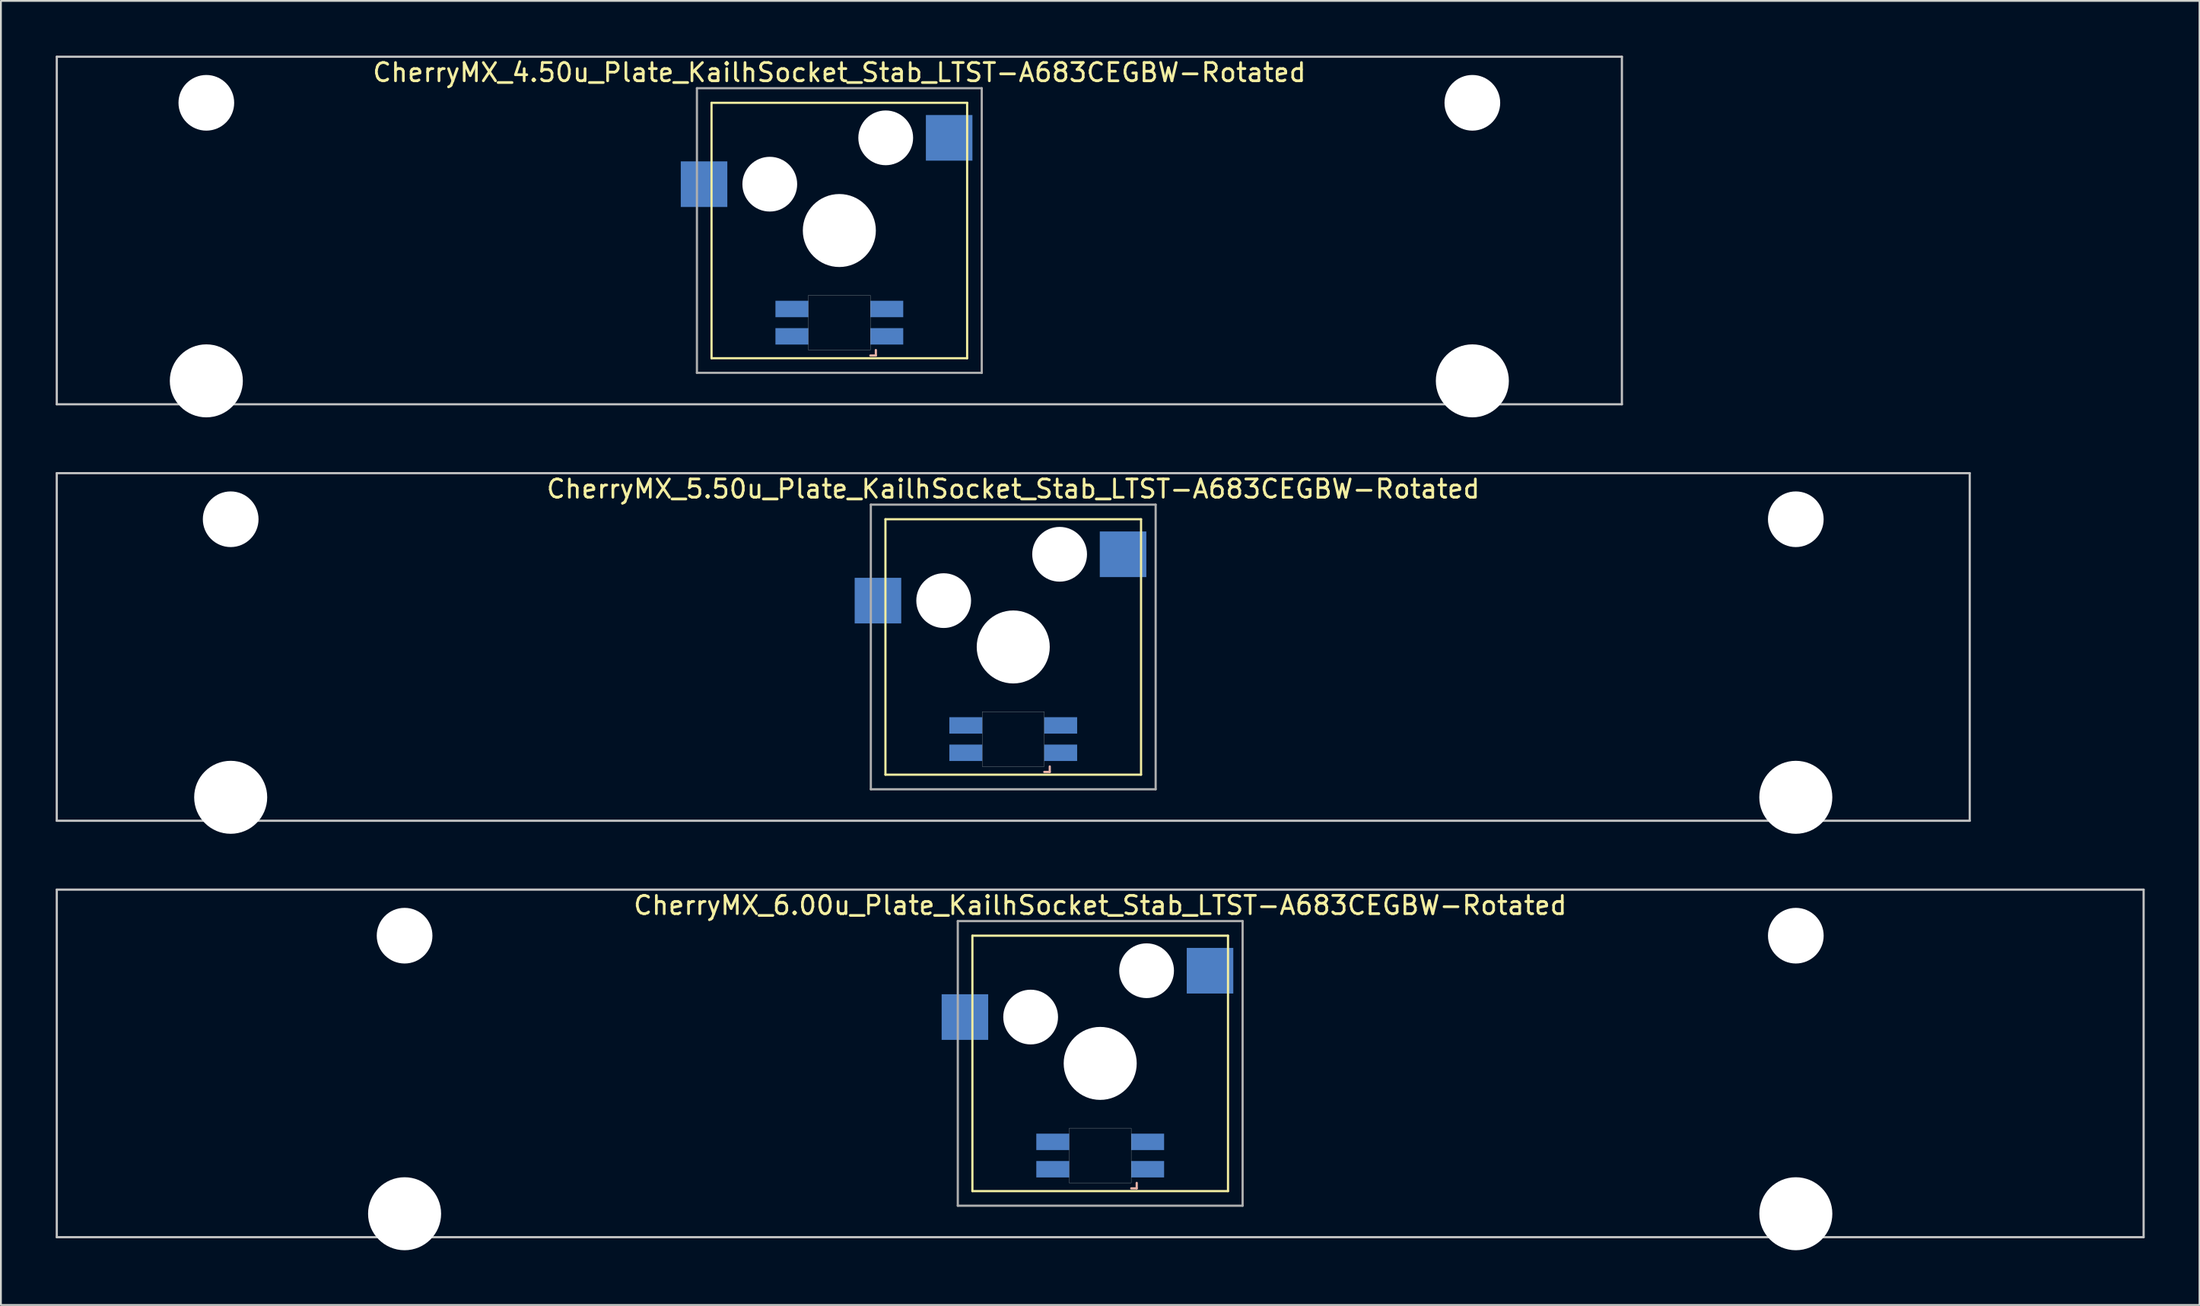
<source format=kicad_pcb>
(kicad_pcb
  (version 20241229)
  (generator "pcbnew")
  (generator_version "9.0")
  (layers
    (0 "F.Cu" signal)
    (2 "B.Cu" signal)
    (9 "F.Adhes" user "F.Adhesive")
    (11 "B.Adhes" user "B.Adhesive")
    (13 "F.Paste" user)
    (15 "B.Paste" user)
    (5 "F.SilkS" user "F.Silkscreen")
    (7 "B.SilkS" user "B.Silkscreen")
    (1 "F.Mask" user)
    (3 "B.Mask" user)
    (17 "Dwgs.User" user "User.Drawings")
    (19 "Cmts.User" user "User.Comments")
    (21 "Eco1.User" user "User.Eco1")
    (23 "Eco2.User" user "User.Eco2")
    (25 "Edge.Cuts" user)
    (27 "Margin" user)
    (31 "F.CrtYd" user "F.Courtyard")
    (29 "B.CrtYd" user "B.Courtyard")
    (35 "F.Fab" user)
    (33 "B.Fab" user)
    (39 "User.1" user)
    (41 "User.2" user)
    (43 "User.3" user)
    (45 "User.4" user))
  (footprint "CherryMX_5.50u_Plate_KailhSocket_Stab_LTST-A683CEGBW-Rotated"
    (layer "F.Cu")
    (at 52.447 32.41)
    (property "Reference" "CherryMX_5.50u_Plate_KailhSocket_Stab_LTST-A683CEGBW-Rotated" (at 0 -8.662 0) (layer "F.SilkS") (effects (font (size 1 1) (thickness 0.15))))
    (attr through_hole)
    (fp_line (start -7 -7) (end -7 7) (stroke (width 0.12) (type solid)) (layer "F.SilkS"))
    (fp_line (start -7 -7) (end 7 -7) (stroke (width 0.12) (type solid)) (layer "F.SilkS"))
    (fp_line (start 7 -7) (end 7 7) (stroke (width 0.12) (type solid)) (layer "F.SilkS"))
    (fp_line (start 7 7) (end -7 7) (stroke (width 0.12) (type solid)) (layer "F.SilkS"))
    (fp_line (start 1.7 6.85) (end 2 6.85) (stroke (width 0.12) (type solid)) (layer "B.SilkS"))
    (fp_line (start 2 6.85) (end 2 6.55) (stroke (width 0.12) (type solid)) (layer "B.SilkS"))
    (fp_line (start -52.388 -9.525) (end 52.388 -9.525) (stroke (width 0.12) (type solid)) (layer "Dwgs.User"))
    (fp_line (start -52.388 9.525) (end -52.388 -9.525) (stroke (width 0.12) (type solid)) (layer "Dwgs.User"))
    (fp_line (start 52.388 -9.525) (end 52.388 9.525) (stroke (width 0.12) (type solid)) (layer "Dwgs.User"))
    (fp_line (start 52.388 9.525) (end -52.388 9.525) (stroke (width 0.12) (type solid)) (layer "Dwgs.User"))
    (fp_poly (pts (xy -1.7 3.55) (xy 1.7 3.55) (xy 1.7 6.55) (xy -1.7 6.55)) (stroke (width 0.01) (type solid)) (fill no) (layer "Edge.Cuts"))
    (fp_line (start -7.8 -7.8) (end -7.8 7.8) (stroke (width 0.12) (type solid)) (layer "F.Fab"))
    (fp_line (start -7.8 -7.8) (end 7.8 -7.8) (stroke (width 0.12) (type solid)) (layer "F.Fab"))
    (fp_line (start -7.8 7.8) (end 7.8 7.8) (stroke (width 0.12) (type solid)) (layer "F.Fab"))
    (fp_line (start 7.8 -7.8) (end 7.8 7.8) (stroke (width 0.12) (type solid)) (layer "F.Fab"))
    (pad "" np_thru_hole circle (at -42.862 -7) (size 3.05 3.05) (drill 3.05) (layers "*.Cu" "*.Mask"))
    (pad "" np_thru_hole circle (at -42.862 8.24) (size 4 4) (drill 4) (layers "*.Cu" "*.Mask"))
    (pad "" np_thru_hole circle (at -3.81 -2.54) (size 3 3) (drill 3) (layers "*.Cu" "*.Mask"))
    (pad "" np_thru_hole circle (at 0 0) (size 4 4) (drill 4) (layers "*.Cu" "*.Mask"))
    (pad "" np_thru_hole circle (at 2.54 -5.08) (size 3 3) (drill 3) (layers "*.Cu" "*.Mask"))
    (pad "" np_thru_hole circle (at 42.862 -7) (size 3.05 3.05) (drill 3.05) (layers "*.Cu" "*.Mask"))
    (pad "" np_thru_hole circle (at 42.862 8.24) (size 4 4) (drill 4) (layers "*.Cu" "*.Mask"))
    (pad "1" smd rect (at -7.41 -2.54) (size 2.55 2.5) (layers "B.Cu" "B.Mask" "B.Paste"))
    (pad "2" smd rect (at 6.015 -5.08) (size 2.55 2.5) (layers "B.Cu" "B.Mask" "B.Paste"))
    (pad "3" smd rect (at 2.6 5.8 180) (size 1.8 0.9) (layers "B.Cu" "B.Mask" "B.Paste"))
    (pad "4" smd rect (at 2.6 4.3 180) (size 1.8 0.9) (layers "B.Cu" "B.Mask" "B.Paste"))
    (pad "5" smd rect (at -2.6 5.8 180) (size 1.8 0.9) (layers "B.Cu" "B.Mask" "B.Paste"))
    (pad "6" smd rect (at -2.6 4.3 180) (size 1.8 0.9) (layers "B.Cu" "B.Mask" "B.Paste")))
  (footprint "CherryMX_6.00u_Plate_KailhSocket_Stab_LTST-A683CEGBW-Rotated"
    (layer "F.Cu")
    (at 57.21 55.235)
    (property "Reference" "CherryMX_6.00u_Plate_KailhSocket_Stab_LTST-A683CEGBW-Rotated" (at 0 -8.662 0) (layer "F.SilkS") (effects (font (size 1 1) (thickness 0.15))))
    (attr through_hole)
    (fp_line (start -7 -7) (end -7 7) (stroke (width 0.12) (type solid)) (layer "F.SilkS"))
    (fp_line (start -7 -7) (end 7 -7) (stroke (width 0.12) (type solid)) (layer "F.SilkS"))
    (fp_line (start 7 -7) (end 7 7) (stroke (width 0.12) (type solid)) (layer "F.SilkS"))
    (fp_line (start 7 7) (end -7 7) (stroke (width 0.12) (type solid)) (layer "F.SilkS"))
    (fp_line (start 1.7 6.85) (end 2 6.85) (stroke (width 0.12) (type solid)) (layer "B.SilkS"))
    (fp_line (start 2 6.85) (end 2 6.55) (stroke (width 0.12) (type solid)) (layer "B.SilkS"))
    (fp_line (start -57.15 -9.525) (end 57.15 -9.525) (stroke (width 0.12) (type solid)) (layer "Dwgs.User"))
    (fp_line (start -57.15 9.525) (end -57.15 -9.525) (stroke (width 0.12) (type solid)) (layer "Dwgs.User"))
    (fp_line (start 57.15 -9.525) (end 57.15 9.525) (stroke (width 0.12) (type solid)) (layer "Dwgs.User"))
    (fp_line (start 57.15 9.525) (end -57.15 9.525) (stroke (width 0.12) (type solid)) (layer "Dwgs.User"))
    (fp_poly (pts (xy -1.7 3.55) (xy 1.7 3.55) (xy 1.7 6.55) (xy -1.7 6.55)) (stroke (width 0.01) (type solid)) (fill no) (layer "Edge.Cuts"))
    (fp_line (start -7.8 -7.8) (end -7.8 7.8) (stroke (width 0.12) (type solid)) (layer "F.Fab"))
    (fp_line (start -7.8 -7.8) (end 7.8 -7.8) (stroke (width 0.12) (type solid)) (layer "F.Fab"))
    (fp_line (start -7.8 7.8) (end 7.8 7.8) (stroke (width 0.12) (type solid)) (layer "F.Fab"))
    (fp_line (start 7.8 -7.8) (end 7.8 7.8) (stroke (width 0.12) (type solid)) (layer "F.Fab"))
    (pad "" np_thru_hole circle (at -38.1 -7) (size 3.05 3.05) (drill 3.05) (layers "*.Cu" "*.Mask"))
    (pad "" np_thru_hole circle (at -38.1 8.24) (size 4 4) (drill 4) (layers "*.Cu" "*.Mask"))
    (pad "" np_thru_hole circle (at -3.81 -2.54) (size 3 3) (drill 3) (layers "*.Cu" "*.Mask"))
    (pad "" np_thru_hole circle (at 0 0) (size 4 4) (drill 4) (layers "*.Cu" "*.Mask"))
    (pad "" np_thru_hole circle (at 2.54 -5.08) (size 3 3) (drill 3) (layers "*.Cu" "*.Mask"))
    (pad "" np_thru_hole circle (at 38.1 -7) (size 3.05 3.05) (drill 3.05) (layers "*.Cu" "*.Mask"))
    (pad "" np_thru_hole circle (at 38.1 8.24) (size 4 4) (drill 4) (layers "*.Cu" "*.Mask"))
    (pad "1" smd rect (at -7.41 -2.54) (size 2.55 2.5) (layers "B.Cu" "B.Mask" "B.Paste"))
    (pad "2" smd rect (at 6.015 -5.08) (size 2.55 2.5) (layers "B.Cu" "B.Mask" "B.Paste"))
    (pad "3" smd rect (at 2.6 5.8 180) (size 1.8 0.9) (layers "B.Cu" "B.Mask" "B.Paste"))
    (pad "4" smd rect (at 2.6 4.3 180) (size 1.8 0.9) (layers "B.Cu" "B.Mask" "B.Paste"))
    (pad "5" smd rect (at -2.6 5.8 180) (size 1.8 0.9) (layers "B.Cu" "B.Mask" "B.Paste"))
    (pad "6" smd rect (at -2.6 4.3 180) (size 1.8 0.9) (layers "B.Cu" "B.Mask" "B.Paste")))
  (footprint "CherryMX_4.50u_Plate_KailhSocket_Stab_LTST-A683CEGBW-Rotated"
    (layer "F.Cu")
    (at 42.922 9.585)
    (property "Reference" "CherryMX_4.50u_Plate_KailhSocket_Stab_LTST-A683CEGBW-Rotated" (at 0 -8.662 0) (layer "F.SilkS") (effects (font (size 1 1) (thickness 0.15))))
    (attr through_hole)
    (fp_line (start -7 -7) (end -7 7) (stroke (width 0.12) (type solid)) (layer "F.SilkS"))
    (fp_line (start -7 -7) (end 7 -7) (stroke (width 0.12) (type solid)) (layer "F.SilkS"))
    (fp_line (start 7 -7) (end 7 7) (stroke (width 0.12) (type solid)) (layer "F.SilkS"))
    (fp_line (start 7 7) (end -7 7) (stroke (width 0.12) (type solid)) (layer "F.SilkS"))
    (fp_line (start 1.7 6.85) (end 2 6.85) (stroke (width 0.12) (type solid)) (layer "B.SilkS"))
    (fp_line (start 2 6.85) (end 2 6.55) (stroke (width 0.12) (type solid)) (layer "B.SilkS"))
    (fp_line (start -42.862 -9.525) (end 42.862 -9.525) (stroke (width 0.12) (type solid)) (layer "Dwgs.User"))
    (fp_line (start -42.862 9.525) (end -42.862 -9.525) (stroke (width 0.12) (type solid)) (layer "Dwgs.User"))
    (fp_line (start 42.862 -9.525) (end 42.862 9.525) (stroke (width 0.12) (type solid)) (layer "Dwgs.User"))
    (fp_line (start 42.862 9.525) (end -42.862 9.525) (stroke (width 0.12) (type solid)) (layer "Dwgs.User"))
    (fp_poly (pts (xy -1.7 3.55) (xy 1.7 3.55) (xy 1.7 6.55) (xy -1.7 6.55)) (stroke (width 0.01) (type solid)) (fill no) (layer "Edge.Cuts"))
    (fp_line (start -7.8 -7.8) (end -7.8 7.8) (stroke (width 0.12) (type solid)) (layer "F.Fab"))
    (fp_line (start -7.8 -7.8) (end 7.8 -7.8) (stroke (width 0.12) (type solid)) (layer "F.Fab"))
    (fp_line (start -7.8 7.8) (end 7.8 7.8) (stroke (width 0.12) (type solid)) (layer "F.Fab"))
    (fp_line (start 7.8 -7.8) (end 7.8 7.8) (stroke (width 0.12) (type solid)) (layer "F.Fab"))
    (pad "" np_thru_hole circle (at -34.671 -7) (size 3.05 3.05) (drill 3.05) (layers "*.Cu" "*.Mask"))
    (pad "" np_thru_hole circle (at -34.671 8.24) (size 4 4) (drill 4) (layers "*.Cu" "*.Mask"))
    (pad "" np_thru_hole circle (at -3.81 -2.54) (size 3 3) (drill 3) (layers "*.Cu" "*.Mask"))
    (pad "" np_thru_hole circle (at 0 0) (size 4 4) (drill 4) (layers "*.Cu" "*.Mask"))
    (pad "" np_thru_hole circle (at 2.54 -5.08) (size 3 3) (drill 3) (layers "*.Cu" "*.Mask"))
    (pad "" np_thru_hole circle (at 34.671 -7) (size 3.05 3.05) (drill 3.05) (layers "*.Cu" "*.Mask"))
    (pad "" np_thru_hole circle (at 34.671 8.24) (size 4 4) (drill 4) (layers "*.Cu" "*.Mask"))
    (pad "1" smd rect (at -7.41 -2.54) (size 2.55 2.5) (layers "B.Cu" "B.Mask" "B.Paste"))
    (pad "2" smd rect (at 6.015 -5.08) (size 2.55 2.5) (layers "B.Cu" "B.Mask" "B.Paste"))
    (pad "3" smd rect (at 2.6 5.8 180) (size 1.8 0.9) (layers "B.Cu" "B.Mask" "B.Paste"))
    (pad "4" smd rect (at 2.6 4.3 180) (size 1.8 0.9) (layers "B.Cu" "B.Mask" "B.Paste"))
    (pad "5" smd rect (at -2.6 5.8 180) (size 1.8 0.9) (layers "B.Cu" "B.Mask" "B.Paste"))
    (pad "6" smd rect (at -2.6 4.3 180) (size 1.8 0.9) (layers "B.Cu" "B.Mask" "B.Paste")))
  (gr_rect
    (start -3 -3)
    (end 117.42 68.475)
    (stroke (width 0.1) (type default))
    (fill no)
    (layer "Edge.Cuts")))
</source>
